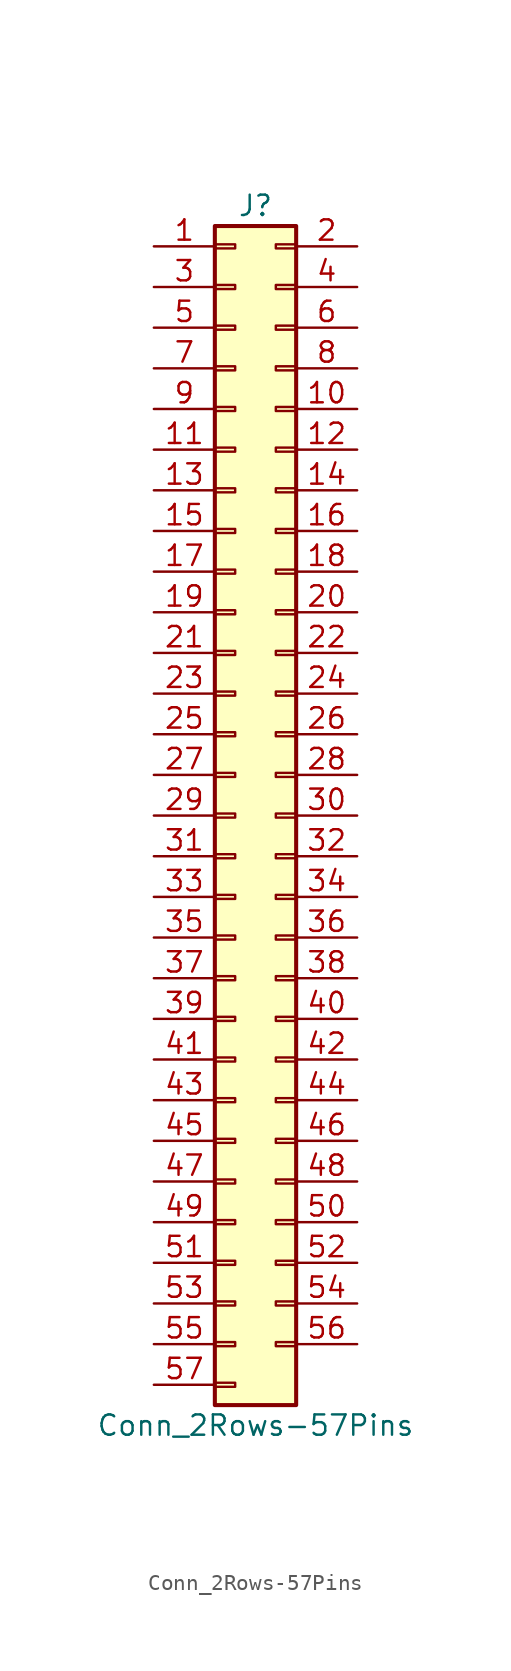
<source format=kicad_sym>
(kicad_symbol_lib
  (version 20220914)
  (generator kicad_symbol_editor)
  (symbol "Conn_2Rows-57Pins"
    (pin_names
      (offset 1.016) hide)
    (property "Reference" "J"
      (at 1.27 38.1 0)
      (effects (font (size 1.27 1.27))))
    (property "Value" "Conn_2Rows-57Pins"
      (at 1.27 -38.1 0)
      (effects (font (size 1.27 1.27))))
    (symbol "Conn_2Rows-57Pins_1_1"
      (rectangle (start -1.27 -35.433) (end 0 -35.687) (stroke (width 0.152) (type default)) (fill (type none)))
      (rectangle (start -1.27 -32.893) (end 0 -33.147) (stroke (width 0.152) (type default)) (fill (type none)))
      (rectangle (start -1.27 -30.353) (end 0 -30.607) (stroke (width 0.152) (type default)) (fill (type none)))
      (rectangle (start -1.27 -27.813) (end 0 -28.067) (stroke (width 0.152) (type default)) (fill (type none)))
      (rectangle (start -1.27 -25.273) (end 0 -25.527) (stroke (width 0.152) (type default)) (fill (type none)))
      (rectangle (start -1.27 -22.733) (end 0 -22.987) (stroke (width 0.152) (type default)) (fill (type none)))
      (rectangle (start -1.27 -20.193) (end 0 -20.447) (stroke (width 0.152) (type default)) (fill (type none)))
      (rectangle (start -1.27 -17.653) (end 0 -17.907) (stroke (width 0.152) (type default)) (fill (type none)))
      (rectangle (start -1.27 -15.113) (end 0 -15.367) (stroke (width 0.152) (type default)) (fill (type none)))
      (rectangle (start -1.27 -12.573) (end 0 -12.827) (stroke (width 0.152) (type default)) (fill (type none)))
      (rectangle (start -1.27 -10.033) (end 0 -10.287) (stroke (width 0.152) (type default)) (fill (type none)))
      (rectangle (start -1.27 -7.493) (end 0 -7.747) (stroke (width 0.152) (type default)) (fill (type none)))
      (rectangle (start -1.27 -4.953) (end 0 -5.207) (stroke (width 0.152) (type default)) (fill (type none)))
      (rectangle (start -1.27 -2.413) (end 0 -2.667) (stroke (width 0.152) (type default)) (fill (type none)))
      (rectangle (start -1.27 0.127) (end 0 -0.127) (stroke (width 0.152) (type default)) (fill (type none)))
      (rectangle (start -1.27 2.667) (end 0 2.413) (stroke (width 0.152) (type default)) (fill (type none)))
      (rectangle (start -1.27 5.207) (end 0 4.953) (stroke (width 0.152) (type default)) (fill (type none)))
      (rectangle (start -1.27 7.747) (end 0 7.493) (stroke (width 0.152) (type default)) (fill (type none)))
      (rectangle (start -1.27 10.287) (end 0 10.033) (stroke (width 0.152) (type default)) (fill (type none)))
      (rectangle (start -1.27 12.827) (end 0 12.573) (stroke (width 0.152) (type default)) (fill (type none)))
      (rectangle (start -1.27 15.367) (end 0 15.113) (stroke (width 0.152) (type default)) (fill (type none)))
      (rectangle (start -1.27 17.907) (end 0 17.653) (stroke (width 0.152) (type default)) (fill (type none)))
      (rectangle (start -1.27 20.447) (end 0 20.193) (stroke (width 0.152) (type default)) (fill (type none)))
      (rectangle (start -1.27 22.987) (end 0 22.733) (stroke (width 0.152) (type default)) (fill (type none)))
      (rectangle (start -1.27 25.527) (end 0 25.273) (stroke (width 0.152) (type default)) (fill (type none)))
      (rectangle (start -1.27 28.067) (end 0 27.813) (stroke (width 0.152) (type default)) (fill (type none)))
      (rectangle (start -1.27 30.607) (end 0 30.353) (stroke (width 0.152) (type default)) (fill (type none)))
      (rectangle (start -1.27 33.147) (end 0 32.893) (stroke (width 0.152) (type default)) (fill (type none)))
      (rectangle (start -1.27 35.687) (end 0 35.433) (stroke (width 0.152) (type default)) (fill (type none)))
      (rectangle (start -1.27 36.83) (end 3.81 -36.83) (stroke (width 0.254) (type default)) (fill (type background)))
      (rectangle (start 3.81 -32.893) (end 2.54 -33.147) (stroke (width 0.152) (type default)) (fill (type none)))
      (rectangle (start 3.81 -30.353) (end 2.54 -30.607) (stroke (width 0.152) (type default)) (fill (type none)))
      (rectangle (start 3.81 -27.813) (end 2.54 -28.067) (stroke (width 0.152) (type default)) (fill (type none)))
      (rectangle (start 3.81 -25.273) (end 2.54 -25.527) (stroke (width 0.152) (type default)) (fill (type none)))
      (rectangle (start 3.81 -22.733) (end 2.54 -22.987) (stroke (width 0.152) (type default)) (fill (type none)))
      (rectangle (start 3.81 -20.193) (end 2.54 -20.447) (stroke (width 0.152) (type default)) (fill (type none)))
      (rectangle (start 3.81 -17.653) (end 2.54 -17.907) (stroke (width 0.152) (type default)) (fill (type none)))
      (rectangle (start 3.81 -15.113) (end 2.54 -15.367) (stroke (width 0.152) (type default)) (fill (type none)))
      (rectangle (start 3.81 -12.573) (end 2.54 -12.827) (stroke (width 0.152) (type default)) (fill (type none)))
      (rectangle (start 3.81 -10.033) (end 2.54 -10.287) (stroke (width 0.152) (type default)) (fill (type none)))
      (rectangle (start 3.81 -7.493) (end 2.54 -7.747) (stroke (width 0.152) (type default)) (fill (type none)))
      (rectangle (start 3.81 -4.953) (end 2.54 -5.207) (stroke (width 0.152) (type default)) (fill (type none)))
      (rectangle (start 3.81 -2.413) (end 2.54 -2.667) (stroke (width 0.152) (type default)) (fill (type none)))
      (rectangle (start 3.81 0.127) (end 2.54 -0.127) (stroke (width 0.152) (type default)) (fill (type none)))
      (rectangle (start 3.81 2.667) (end 2.54 2.413) (stroke (width 0.152) (type default)) (fill (type none)))
      (rectangle (start 3.81 5.207) (end 2.54 4.953) (stroke (width 0.152) (type default)) (fill (type none)))
      (rectangle (start 3.81 7.747) (end 2.54 7.493) (stroke (width 0.152) (type default)) (fill (type none)))
      (rectangle (start 3.81 10.287) (end 2.54 10.033) (stroke (width 0.152) (type default)) (fill (type none)))
      (rectangle (start 3.81 12.827) (end 2.54 12.573) (stroke (width 0.152) (type default)) (fill (type none)))
      (rectangle (start 3.81 15.367) (end 2.54 15.113) (stroke (width 0.152) (type default)) (fill (type none)))
      (rectangle (start 3.81 17.907) (end 2.54 17.653) (stroke (width 0.152) (type default)) (fill (type none)))
      (rectangle (start 3.81 20.447) (end 2.54 20.193) (stroke (width 0.152) (type default)) (fill (type none)))
      (rectangle (start 3.81 22.987) (end 2.54 22.733) (stroke (width 0.152) (type default)) (fill (type none)))
      (rectangle (start 3.81 25.527) (end 2.54 25.273) (stroke (width 0.152) (type default)) (fill (type none)))
      (rectangle (start 3.81 28.067) (end 2.54 27.813) (stroke (width 0.152) (type default)) (fill (type none)))
      (rectangle (start 3.81 30.607) (end 2.54 30.353) (stroke (width 0.152) (type default)) (fill (type none)))
      (rectangle (start 3.81 33.147) (end 2.54 32.893) (stroke (width 0.152) (type default)) (fill (type none)))
      (rectangle (start 3.81 35.687) (end 2.54 35.433) (stroke (width 0.152) (type default)) (fill (type none)))
      (pin passive line (at -5.08 35.56 0) (length 3.81) (name "Pin_1" (effects (font (size 1.27 1.27)))) (number "1" (effects (font (size 1.27 1.27)))))
      (pin passive line (at 7.62 25.4 180) (length 3.81) (name "Pin_10" (effects (font (size 1.27 1.27)))) (number "10" (effects (font (size 1.27 1.27)))))
      (pin passive line (at -5.08 22.86 0) (length 3.81) (name "Pin_11" (effects (font (size 1.27 1.27)))) (number "11" (effects (font (size 1.27 1.27)))))
      (pin passive line (at 7.62 22.86 180) (length 3.81) (name "Pin_12" (effects (font (size 1.27 1.27)))) (number "12" (effects (font (size 1.27 1.27)))))
      (pin passive line (at -5.08 20.32 0) (length 3.81) (name "Pin_13" (effects (font (size 1.27 1.27)))) (number "13" (effects (font (size 1.27 1.27)))))
      (pin passive line (at 7.62 20.32 180) (length 3.81) (name "Pin_14" (effects (font (size 1.27 1.27)))) (number "14" (effects (font (size 1.27 1.27)))))
      (pin passive line (at -5.08 17.78 0) (length 3.81) (name "Pin_15" (effects (font (size 1.27 1.27)))) (number "15" (effects (font (size 1.27 1.27)))))
      (pin passive line (at 7.62 17.78 180) (length 3.81) (name "Pin_16" (effects (font (size 1.27 1.27)))) (number "16" (effects (font (size 1.27 1.27)))))
      (pin passive line (at -5.08 15.24 0) (length 3.81) (name "Pin_17" (effects (font (size 1.27 1.27)))) (number "17" (effects (font (size 1.27 1.27)))))
      (pin passive line (at 7.62 15.24 180) (length 3.81) (name "Pin_18" (effects (font (size 1.27 1.27)))) (number "18" (effects (font (size 1.27 1.27)))))
      (pin passive line (at -5.08 12.7 0) (length 3.81) (name "Pin_19" (effects (font (size 1.27 1.27)))) (number "19" (effects (font (size 1.27 1.27)))))
      (pin passive line (at 7.62 35.56 180) (length 3.81) (name "Pin_2" (effects (font (size 1.27 1.27)))) (number "2" (effects (font (size 1.27 1.27)))))
      (pin passive line (at 7.62 12.7 180) (length 3.81) (name "Pin_20" (effects (font (size 1.27 1.27)))) (number "20" (effects (font (size 1.27 1.27)))))
      (pin passive line (at -5.08 10.16 0) (length 3.81) (name "Pin_21" (effects (font (size 1.27 1.27)))) (number "21" (effects (font (size 1.27 1.27)))))
      (pin passive line (at 7.62 10.16 180) (length 3.81) (name "Pin_22" (effects (font (size 1.27 1.27)))) (number "22" (effects (font (size 1.27 1.27)))))
      (pin passive line (at -5.08 7.62 0) (length 3.81) (name "Pin_23" (effects (font (size 1.27 1.27)))) (number "23" (effects (font (size 1.27 1.27)))))
      (pin passive line (at 7.62 7.62 180) (length 3.81) (name "Pin_24" (effects (font (size 1.27 1.27)))) (number "24" (effects (font (size 1.27 1.27)))))
      (pin passive line (at -5.08 5.08 0) (length 3.81) (name "Pin_25" (effects (font (size 1.27 1.27)))) (number "25" (effects (font (size 1.27 1.27)))))
      (pin passive line (at 7.62 5.08 180) (length 3.81) (name "Pin_26" (effects (font (size 1.27 1.27)))) (number "26" (effects (font (size 1.27 1.27)))))
      (pin passive line (at -5.08 2.54 0) (length 3.81) (name "Pin_27" (effects (font (size 1.27 1.27)))) (number "27" (effects (font (size 1.27 1.27)))))
      (pin passive line (at 7.62 2.54 180) (length 3.81) (name "Pin_28" (effects (font (size 1.27 1.27)))) (number "28" (effects (font (size 1.27 1.27)))))
      (pin passive line (at -5.08 0 0) (length 3.81) (name "Pin_29" (effects (font (size 1.27 1.27)))) (number "29" (effects (font (size 1.27 1.27)))))
      (pin passive line (at -5.08 33.02 0) (length 3.81) (name "Pin_3" (effects (font (size 1.27 1.27)))) (number "3" (effects (font (size 1.27 1.27)))))
      (pin passive line (at 7.62 0 180) (length 3.81) (name "Pin_30" (effects (font (size 1.27 1.27)))) (number "30" (effects (font (size 1.27 1.27)))))
      (pin passive line (at -5.08 -2.54 0) (length 3.81) (name "Pin_31" (effects (font (size 1.27 1.27)))) (number "31" (effects (font (size 1.27 1.27)))))
      (pin passive line (at 7.62 -2.54 180) (length 3.81) (name "Pin_32" (effects (font (size 1.27 1.27)))) (number "32" (effects (font (size 1.27 1.27)))))
      (pin passive line (at -5.08 -5.08 0) (length 3.81) (name "Pin_33" (effects (font (size 1.27 1.27)))) (number "33" (effects (font (size 1.27 1.27)))))
      (pin passive line (at 7.62 -5.08 180) (length 3.81) (name "Pin_34" (effects (font (size 1.27 1.27)))) (number "34" (effects (font (size 1.27 1.27)))))
      (pin passive line (at -5.08 -7.62 0) (length 3.81) (name "Pin_35" (effects (font (size 1.27 1.27)))) (number "35" (effects (font (size 1.27 1.27)))))
      (pin passive line (at 7.62 -7.62 180) (length 3.81) (name "Pin_36" (effects (font (size 1.27 1.27)))) (number "36" (effects (font (size 1.27 1.27)))))
      (pin passive line (at -5.08 -10.16 0) (length 3.81) (name "Pin_37" (effects (font (size 1.27 1.27)))) (number "37" (effects (font (size 1.27 1.27)))))
      (pin passive line (at 7.62 -10.16 180) (length 3.81) (name "Pin_38" (effects (font (size 1.27 1.27)))) (number "38" (effects (font (size 1.27 1.27)))))
      (pin passive line (at -5.08 -12.7 0) (length 3.81) (name "Pin_39" (effects (font (size 1.27 1.27)))) (number "39" (effects (font (size 1.27 1.27)))))
      (pin passive line (at 7.62 33.02 180) (length 3.81) (name "Pin_4" (effects (font (size 1.27 1.27)))) (number "4" (effects (font (size 1.27 1.27)))))
      (pin passive line (at 7.62 -12.7 180) (length 3.81) (name "Pin_40" (effects (font (size 1.27 1.27)))) (number "40" (effects (font (size 1.27 1.27)))))
      (pin passive line (at -5.08 -15.24 0) (length 3.81) (name "Pin_41" (effects (font (size 1.27 1.27)))) (number "41" (effects (font (size 1.27 1.27)))))
      (pin passive line (at 7.62 -15.24 180) (length 3.81) (name "Pin_42" (effects (font (size 1.27 1.27)))) (number "42" (effects (font (size 1.27 1.27)))))
      (pin passive line (at -5.08 -17.78 0) (length 3.81) (name "Pin_43" (effects (font (size 1.27 1.27)))) (number "43" (effects (font (size 1.27 1.27)))))
      (pin passive line (at 7.62 -17.78 180) (length 3.81) (name "Pin_44" (effects (font (size 1.27 1.27)))) (number "44" (effects (font (size 1.27 1.27)))))
      (pin passive line (at -5.08 -20.32 0) (length 3.81) (name "Pin_45" (effects (font (size 1.27 1.27)))) (number "45" (effects (font (size 1.27 1.27)))))
      (pin passive line (at 7.62 -20.32 180) (length 3.81) (name "Pin_46" (effects (font (size 1.27 1.27)))) (number "46" (effects (font (size 1.27 1.27)))))
      (pin passive line (at -5.08 -22.86 0) (length 3.81) (name "Pin_47" (effects (font (size 1.27 1.27)))) (number "47" (effects (font (size 1.27 1.27)))))
      (pin passive line (at 7.62 -22.86 180) (length 3.81) (name "Pin_48" (effects (font (size 1.27 1.27)))) (number "48" (effects (font (size 1.27 1.27)))))
      (pin passive line (at -5.08 -25.4 0) (length 3.81) (name "Pin_49" (effects (font (size 1.27 1.27)))) (number "49" (effects (font (size 1.27 1.27)))))
      (pin passive line (at -5.08 30.48 0) (length 3.81) (name "Pin_5" (effects (font (size 1.27 1.27)))) (number "5" (effects (font (size 1.27 1.27)))))
      (pin passive line (at 7.62 -25.4 180) (length 3.81) (name "Pin_50" (effects (font (size 1.27 1.27)))) (number "50" (effects (font (size 1.27 1.27)))))
      (pin passive line (at -5.08 -27.94 0) (length 3.81) (name "Pin_51" (effects (font (size 1.27 1.27)))) (number "51" (effects (font (size 1.27 1.27)))))
      (pin passive line (at 7.62 -27.94 180) (length 3.81) (name "Pin_52" (effects (font (size 1.27 1.27)))) (number "52" (effects (font (size 1.27 1.27)))))
      (pin passive line (at -5.08 -30.48 0) (length 3.81) (name "Pin_53" (effects (font (size 1.27 1.27)))) (number "53" (effects (font (size 1.27 1.27)))))
      (pin passive line (at 7.62 -30.48 180) (length 3.81) (name "Pin_54" (effects (font (size 1.27 1.27)))) (number "54" (effects (font (size 1.27 1.27)))))
      (pin passive line (at -5.08 -33.02 0) (length 3.81) (name "Pin_55" (effects (font (size 1.27 1.27)))) (number "55" (effects (font (size 1.27 1.27)))))
      (pin passive line (at 7.62 -33.02 180) (length 3.81) (name "Pin_56" (effects (font (size 1.27 1.27)))) (number "56" (effects (font (size 1.27 1.27)))))
      (pin passive line (at -5.08 -35.56 0) (length 3.81) (name "Pin_57" (effects (font (size 1.27 1.27)))) (number "57" (effects (font (size 1.27 1.27)))))
      (pin passive line (at 7.62 30.48 180) (length 3.81) (name "Pin_6" (effects (font (size 1.27 1.27)))) (number "6" (effects (font (size 1.27 1.27)))))
      (pin passive line (at -5.08 27.94 0) (length 3.81) (name "Pin_7" (effects (font (size 1.27 1.27)))) (number "7" (effects (font (size 1.27 1.27)))))
      (pin passive line (at 7.62 27.94 180) (length 3.81) (name "Pin_8" (effects (font (size 1.27 1.27)))) (number "8" (effects (font (size 1.27 1.27)))))
      (pin passive line (at -5.08 25.4 0) (length 3.81) (name "Pin_9" (effects (font (size 1.27 1.27)))) (number "9" (effects (font (size 1.27 1.27))))))))
</source>
